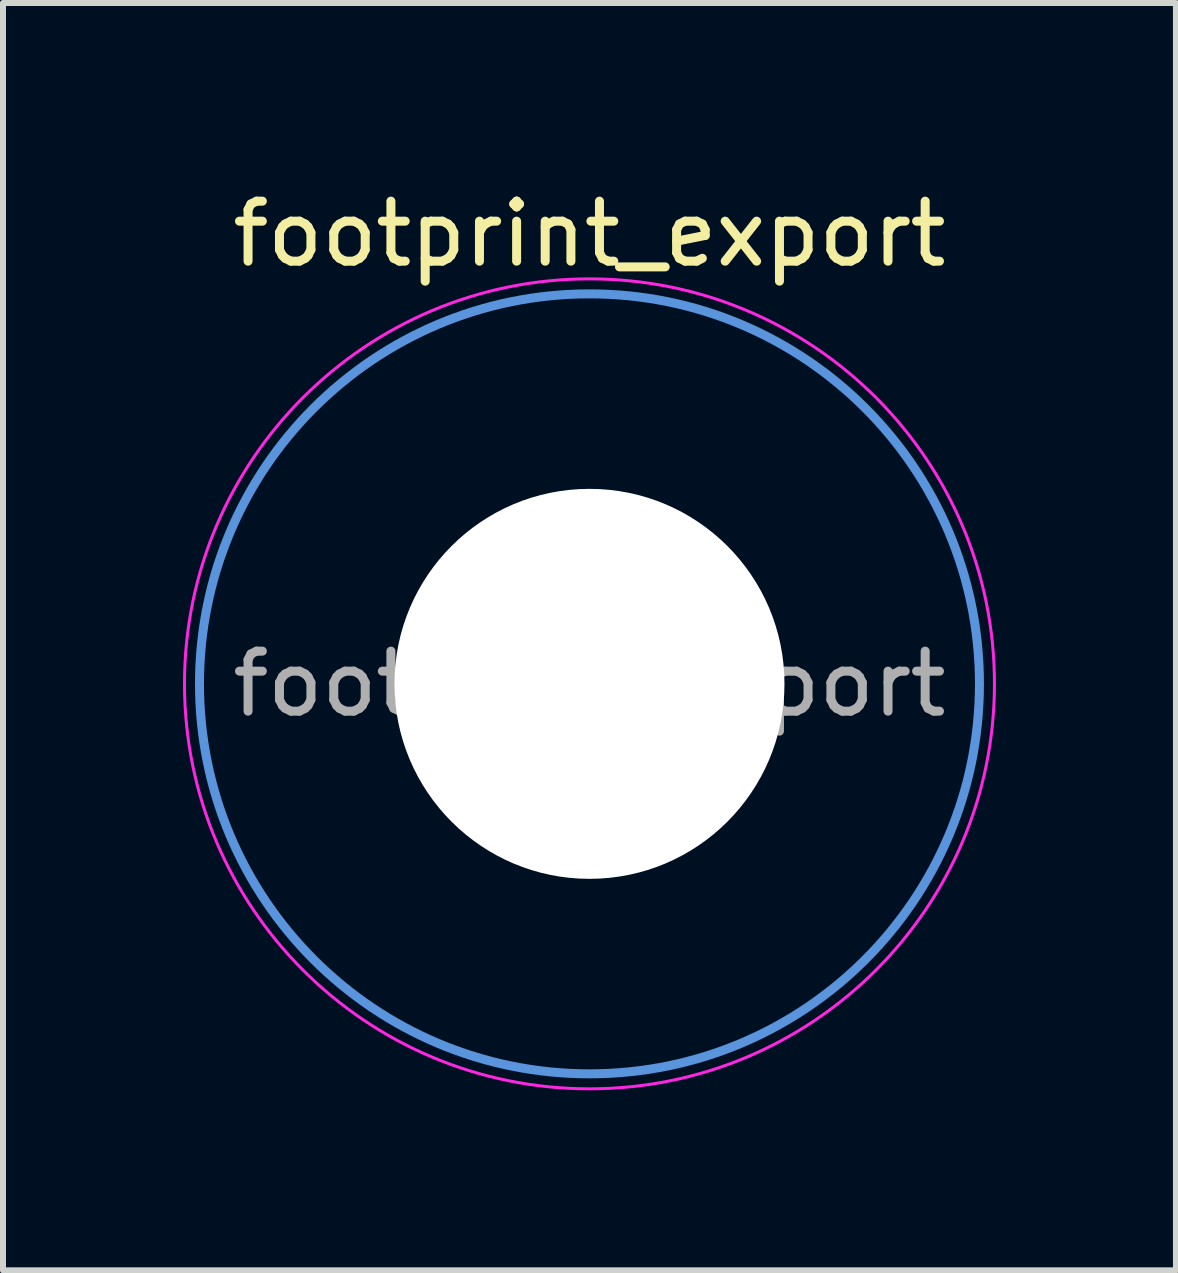
<source format=kicad_pcb>
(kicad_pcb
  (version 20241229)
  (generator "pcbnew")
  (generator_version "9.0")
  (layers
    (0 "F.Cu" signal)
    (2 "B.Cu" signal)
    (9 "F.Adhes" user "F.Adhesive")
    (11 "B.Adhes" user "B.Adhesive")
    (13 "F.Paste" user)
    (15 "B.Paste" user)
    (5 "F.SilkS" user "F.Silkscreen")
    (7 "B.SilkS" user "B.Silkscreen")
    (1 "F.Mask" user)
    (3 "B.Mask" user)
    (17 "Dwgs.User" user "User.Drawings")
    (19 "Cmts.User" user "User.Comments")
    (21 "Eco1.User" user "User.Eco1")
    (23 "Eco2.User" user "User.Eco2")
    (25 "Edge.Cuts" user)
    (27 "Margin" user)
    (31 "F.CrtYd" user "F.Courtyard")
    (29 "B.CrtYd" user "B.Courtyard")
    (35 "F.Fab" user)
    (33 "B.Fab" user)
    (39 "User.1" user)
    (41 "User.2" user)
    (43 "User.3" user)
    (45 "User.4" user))
  (footprint "footprint_export"
    (layer "F.Cu")
    (at 6.775 8.348)
    (property "Reference" "footprint_export" (at 0 -7.5 0) (layer "F.SilkS") (effects (font (size 1 1) (thickness 0.15))))
    (attr exclude_from_pos_files exclude_from_bom)
    (fp_circle (center 0 0) (end 6.5 0) (stroke (width 0.15) (type solid)) (fill no) (layer "Cmts.User"))
    (fp_circle (center 0 0) (end 6.75 0) (stroke (width 0.05) (type solid)) (fill no) (layer "F.CrtYd"))
    (fp_text user "${REFERENCE}" (at 0 0 0) (layer "F.Fab") (effects (font (size 1 1) (thickness 0.15))))
    (pad "" np_thru_hole circle (at 0 0) (size 6.5 6.5) (drill 6.5) (layers "*.Cu" "*.Mask")))
  (gr_rect
    (start -3 -3)
    (end 16.55 18.123)
    (stroke (width 0.1) (type default))
    (fill no)
    (layer "Edge.Cuts")))
</source>
